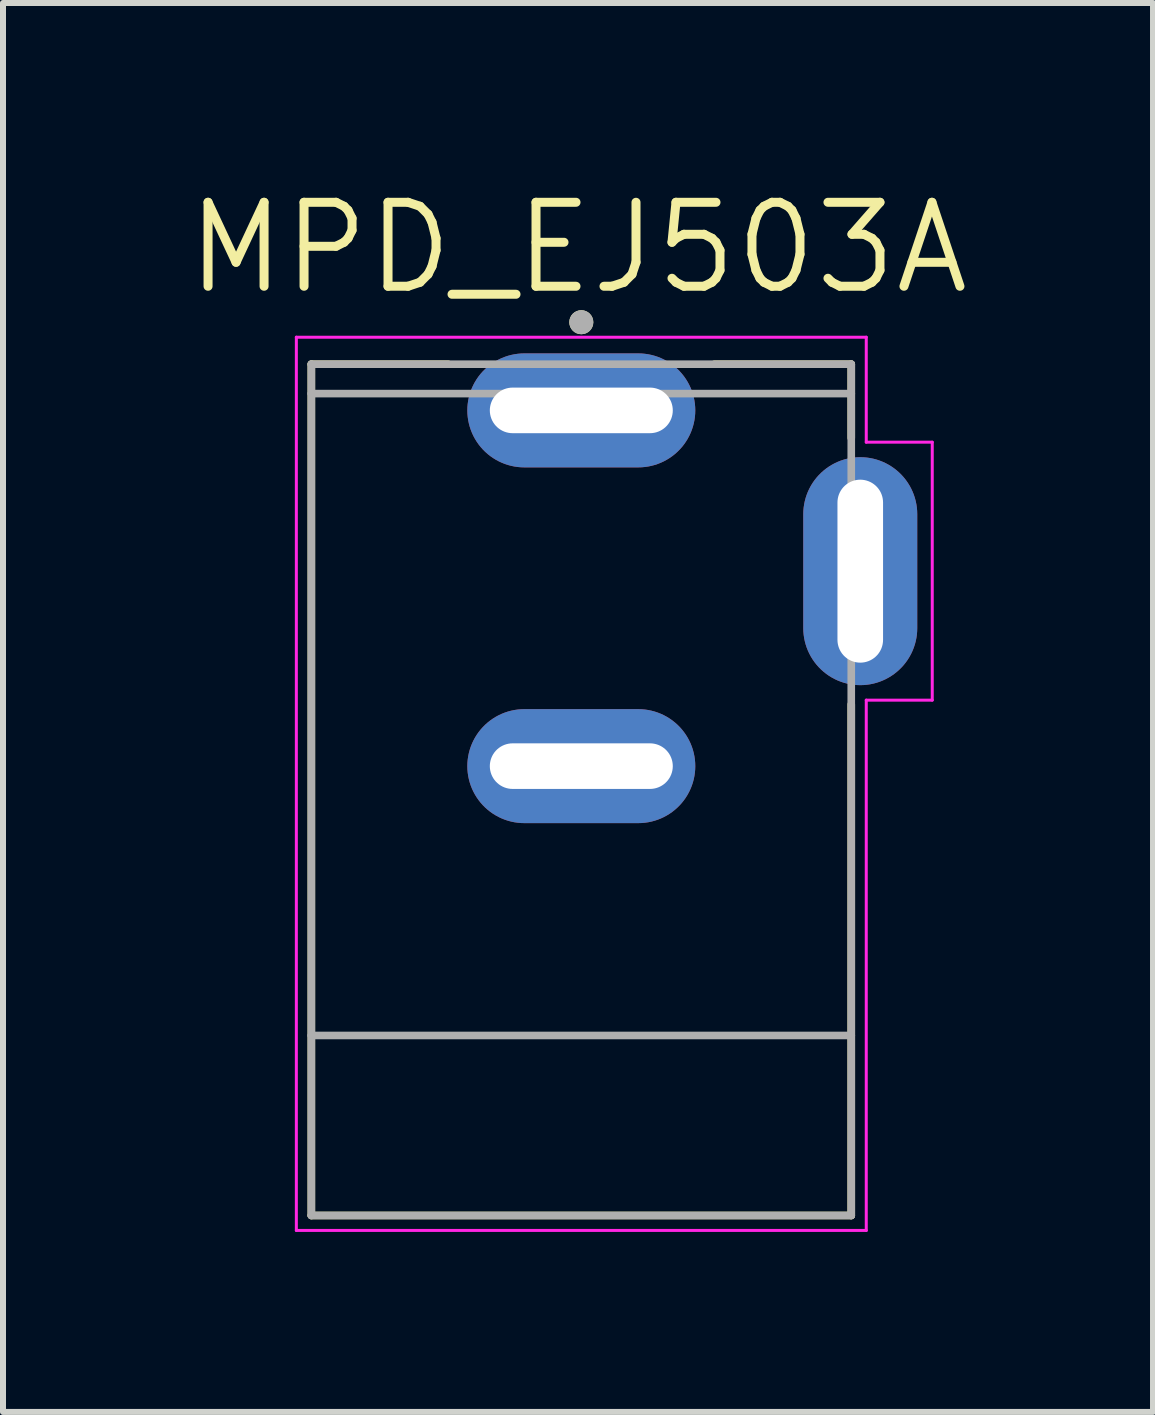
<source format=kicad_pcb>
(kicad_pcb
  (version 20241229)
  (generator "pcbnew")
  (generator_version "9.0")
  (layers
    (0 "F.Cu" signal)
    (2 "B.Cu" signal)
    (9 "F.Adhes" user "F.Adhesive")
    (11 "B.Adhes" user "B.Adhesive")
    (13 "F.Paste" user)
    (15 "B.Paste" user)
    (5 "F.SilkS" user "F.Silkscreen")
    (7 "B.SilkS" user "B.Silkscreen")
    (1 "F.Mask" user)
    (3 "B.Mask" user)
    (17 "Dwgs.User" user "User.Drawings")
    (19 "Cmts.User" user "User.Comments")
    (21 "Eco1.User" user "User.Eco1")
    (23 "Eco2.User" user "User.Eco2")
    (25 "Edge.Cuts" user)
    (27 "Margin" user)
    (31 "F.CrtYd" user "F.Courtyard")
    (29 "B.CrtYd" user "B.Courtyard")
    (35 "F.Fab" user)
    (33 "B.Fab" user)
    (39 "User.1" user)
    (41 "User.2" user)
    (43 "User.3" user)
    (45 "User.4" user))
  (footprint "MPD_EJ503A"
    (layer "F.Cu")
    (at 6.64 6.471)
    (property "Reference" "MPD_EJ503A" (at -0.055 -5.389 0) (layer "F.SilkS") (effects (font (size 1.4 1.4) (thickness 0.15))))
    (attr through_hole)
    (fp_line (start -4.5 -3.45) (end -4.5 10.74) (stroke (width 0.127) (type solid)) (layer "F.SilkS"))
    (fp_line (start -4.5 10.74) (end 4.5 10.74) (stroke (width 0.127) (type solid)) (layer "F.SilkS"))
    (fp_line (start -2.22 -3.45) (end -4.5 -3.45) (stroke (width 0.127) (type solid)) (layer "F.SilkS"))
    (fp_line (start 2.22 -3.45) (end 4.5 -3.45) (stroke (width 0.127) (type solid)) (layer "F.SilkS"))
    (fp_line (start 4.5 -3.45) (end 4.5 -2.22) (stroke (width 0.127) (type solid)) (layer "F.SilkS"))
    (fp_line (start 4.5 10.74) (end 4.5 2.22) (stroke (width 0.127) (type solid)) (layer "F.SilkS"))
    (fp_circle (center 0 -4.15) (end 0.1 -4.15) (stroke (width 0.2) (type solid)) (fill no) (layer "F.SilkS"))
    (fp_line (start -4.75 -3.9) (end -4.75 10.99) (stroke (width 0.05) (type solid)) (layer "F.CrtYd"))
    (fp_line (start -4.75 10.99) (end 4.75 10.99) (stroke (width 0.05) (type solid)) (layer "F.CrtYd"))
    (fp_line (start 4.75 -3.9) (end -4.75 -3.9) (stroke (width 0.05) (type solid)) (layer "F.CrtYd"))
    (fp_line (start 4.75 -3.9) (end 4.75 -2.15) (stroke (width 0.05) (type solid)) (layer "F.CrtYd"))
    (fp_line (start 4.75 -2.15) (end 5.85 -2.15) (stroke (width 0.05) (type solid)) (layer "F.CrtYd"))
    (fp_line (start 4.75 2.15) (end 4.75 10.99) (stroke (width 0.05) (type solid)) (layer "F.CrtYd"))
    (fp_line (start 5.85 -2.15) (end 5.85 2.15) (stroke (width 0.05) (type solid)) (layer "F.CrtYd"))
    (fp_line (start 5.85 2.15) (end 4.75 2.15) (stroke (width 0.05) (type solid)) (layer "F.CrtYd"))
    (fp_line (start -4.5 -3.45) (end -4.5 -2.96) (stroke (width 0.127) (type solid)) (layer "F.Fab"))
    (fp_line (start -4.5 -2.96) (end -4.5 7.74) (stroke (width 0.127) (type solid)) (layer "F.Fab"))
    (fp_line (start -4.5 -2.96) (end 4.5 -2.96) (stroke (width 0.127) (type solid)) (layer "F.Fab"))
    (fp_line (start -4.5 7.74) (end -4.5 10.74) (stroke (width 0.127) (type solid)) (layer "F.Fab"))
    (fp_line (start -4.5 7.74) (end 4.5 7.74) (stroke (width 0.127) (type solid)) (layer "F.Fab"))
    (fp_line (start -4.5 10.74) (end 4.5 10.74) (stroke (width 0.127) (type solid)) (layer "F.Fab"))
    (fp_line (start 4.5 -3.45) (end -4.5 -3.45) (stroke (width 0.127) (type solid)) (layer "F.Fab"))
    (fp_line (start 4.5 -2.96) (end 4.5 -3.45) (stroke (width 0.127) (type solid)) (layer "F.Fab"))
    (fp_line (start 4.5 7.74) (end 4.5 -2.96) (stroke (width 0.127) (type solid)) (layer "F.Fab"))
    (fp_line (start 4.5 10.74) (end 4.5 7.74) (stroke (width 0.127) (type solid)) (layer "F.Fab"))
    (fp_circle (center 0 -4.15) (end 0.1 -4.15) (stroke (width 0.2) (type solid)) (fill no) (layer "F.Fab"))
    (pad "1" thru_hole oval (at 0 -2.68) (size 3.8 1.9) (drill oval 3.05 0.76) (layers "*.Cu" "*.Mask"))
    (pad "2" thru_hole oval (at 0 3.25) (size 3.8 1.9) (drill oval 3.05 0.76) (layers "*.Cu" "*.Mask"))
    (pad "3" thru_hole oval (at 4.65 0) (size 1.9 3.8) (drill oval 0.76 3.05) (layers "*.Cu" "*.Mask")))
  (gr_rect
    (start -3 -3)
    (end 16.17 20.486)
    (stroke (width 0.1) (type default))
    (fill no)
    (layer "Edge.Cuts")))
</source>
